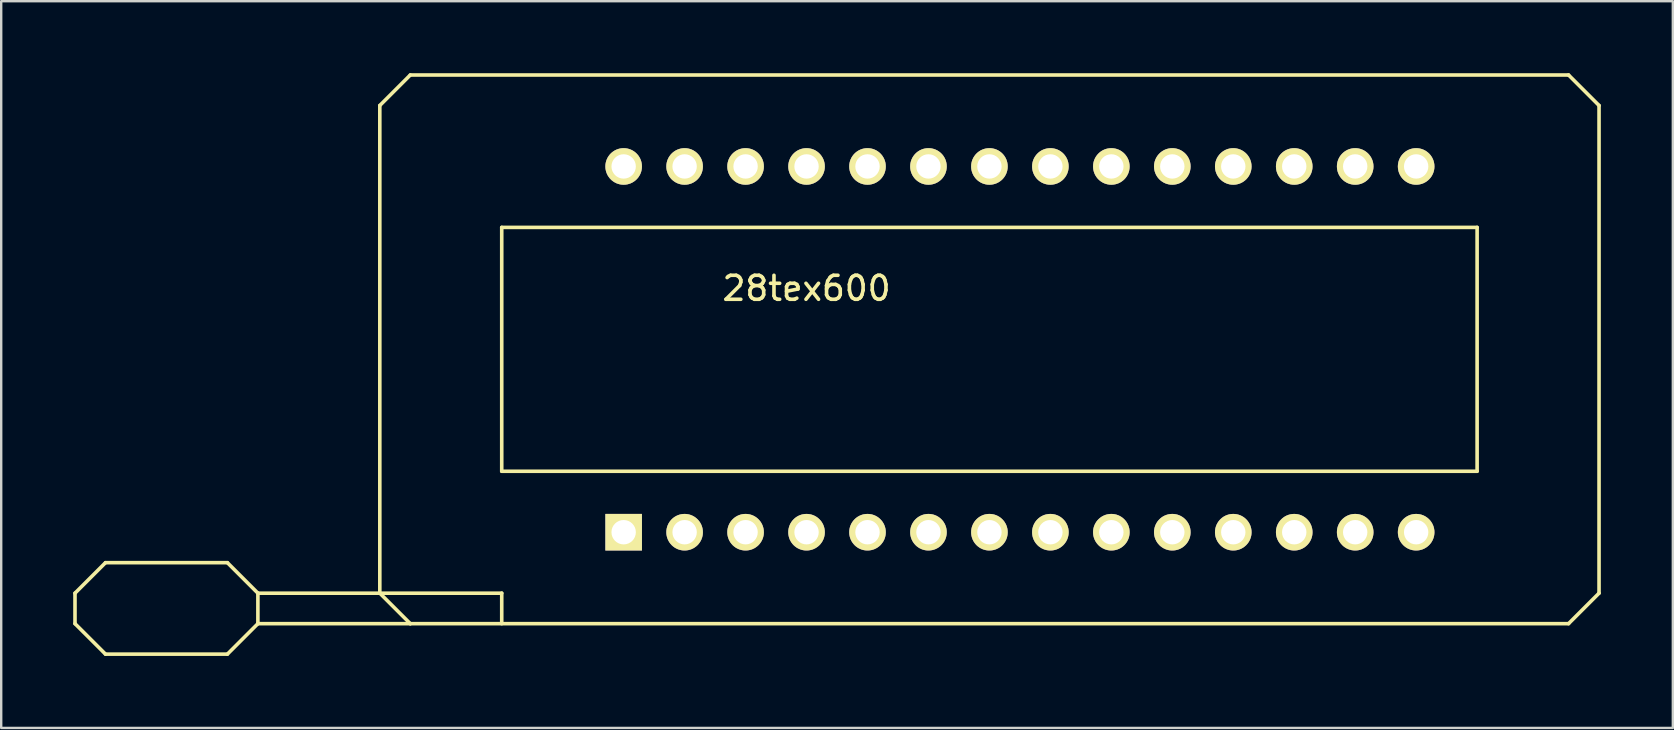
<source format=kicad_pcb>
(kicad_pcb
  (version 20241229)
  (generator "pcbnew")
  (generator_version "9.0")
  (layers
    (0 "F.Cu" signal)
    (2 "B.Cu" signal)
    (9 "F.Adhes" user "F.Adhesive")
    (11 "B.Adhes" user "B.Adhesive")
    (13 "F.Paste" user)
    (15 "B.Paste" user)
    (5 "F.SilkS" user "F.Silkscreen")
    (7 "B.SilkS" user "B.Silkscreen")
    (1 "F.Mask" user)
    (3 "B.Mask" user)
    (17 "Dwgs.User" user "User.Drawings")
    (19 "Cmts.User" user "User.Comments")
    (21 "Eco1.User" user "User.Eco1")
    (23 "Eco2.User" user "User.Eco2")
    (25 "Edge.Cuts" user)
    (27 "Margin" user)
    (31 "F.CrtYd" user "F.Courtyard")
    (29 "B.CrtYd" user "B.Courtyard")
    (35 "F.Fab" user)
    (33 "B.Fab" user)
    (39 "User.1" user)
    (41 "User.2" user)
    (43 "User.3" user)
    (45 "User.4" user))
  (footprint "28tex600"
    (layer "F.Cu")
    (at 38.175 12.775)
    (property "Reference" "28tex600" (at -7.62 -3.81 0) (layer "F.SilkS") (effects (font (size 1 1) (thickness 0.15))))
    (attr through_hole)
    (fp_line (start -38.1 8.89) (end -38.1 10.16) (stroke (width 0.15) (type solid)) (layer "F.SilkS"))
    (fp_line (start -38.1 10.16) (end -36.83 11.43) (stroke (width 0.15) (type solid)) (layer "F.SilkS"))
    (fp_line (start -36.83 7.62) (end -38.1 8.89) (stroke (width 0.15) (type solid)) (layer "F.SilkS"))
    (fp_line (start -31.75 7.62) (end -36.83 7.62) (stroke (width 0.15) (type solid)) (layer "F.SilkS"))
    (fp_line (start -31.75 11.43) (end -36.83 11.43) (stroke (width 0.15) (type solid)) (layer "F.SilkS"))
    (fp_line (start -31.75 11.43) (end -30.48 10.16) (stroke (width 0.15) (type solid)) (layer "F.SilkS"))
    (fp_line (start -30.48 8.89) (end -31.75 7.62) (stroke (width 0.15) (type solid)) (layer "F.SilkS"))
    (fp_line (start -30.48 8.89) (end -20.32 8.89) (stroke (width 0.15) (type solid)) (layer "F.SilkS"))
    (fp_line (start -30.48 10.16) (end -30.48 8.89) (stroke (width 0.15) (type solid)) (layer "F.SilkS"))
    (fp_line (start -30.48 10.16) (end -24.13 10.16) (stroke (width 0.15) (type solid)) (layer "F.SilkS"))
    (fp_line (start -25.4 -11.43) (end -25.4 8.89) (stroke (width 0.15) (type solid)) (layer "F.SilkS"))
    (fp_line (start -25.4 8.89) (end -24.13 10.16) (stroke (width 0.15) (type solid)) (layer "F.SilkS"))
    (fp_line (start -24.13 -12.7) (end -25.4 -11.43) (stroke (width 0.15) (type solid)) (layer "F.SilkS"))
    (fp_line (start -24.13 10.16) (end 24.13 10.16) (stroke (width 0.15) (type solid)) (layer "F.SilkS"))
    (fp_line (start -20.32 -6.35) (end -20.32 3.81) (stroke (width 0.15) (type solid)) (layer "F.SilkS"))
    (fp_line (start -20.32 3.81) (end 20.32 3.81) (stroke (width 0.15) (type solid)) (layer "F.SilkS"))
    (fp_line (start -20.32 8.89) (end -20.32 10.16) (stroke (width 0.15) (type solid)) (layer "F.SilkS"))
    (fp_line (start 20.32 -6.35) (end -20.32 -6.35) (stroke (width 0.15) (type solid)) (layer "F.SilkS"))
    (fp_line (start 20.32 3.81) (end 20.32 -6.35) (stroke (width 0.15) (type solid)) (layer "F.SilkS"))
    (fp_line (start 24.13 -12.7) (end -24.13 -12.7) (stroke (width 0.15) (type solid)) (layer "F.SilkS"))
    (fp_line (start 24.13 10.16) (end 25.4 8.89) (stroke (width 0.15) (type solid)) (layer "F.SilkS"))
    (fp_line (start 25.4 -11.43) (end 24.13 -12.7) (stroke (width 0.15) (type solid)) (layer "F.SilkS"))
    (fp_line (start 25.4 8.89) (end 25.4 -11.43) (stroke (width 0.15) (type solid)) (layer "F.SilkS"))
    (pad "1" thru_hole rect (at -15.24 6.35) (size 1.524 1.524) (drill 1.016) (layers "*.Cu" "*.Mask" "F.SilkS"))
    (pad "2" thru_hole circle (at -12.7 6.35) (size 1.524 1.524) (drill 1.016) (layers "*.Cu" "*.Mask" "F.SilkS"))
    (pad "3" thru_hole circle (at -10.16 6.35) (size 1.524 1.524) (drill 1.016) (layers "*.Cu" "*.Mask" "F.SilkS"))
    (pad "4" thru_hole circle (at -7.62 6.35) (size 1.524 1.524) (drill 1.016) (layers "*.Cu" "*.Mask" "F.SilkS"))
    (pad "5" thru_hole circle (at -5.08 6.35) (size 1.524 1.524) (drill 1.016) (layers "*.Cu" "*.Mask" "F.SilkS"))
    (pad "6" thru_hole circle (at -2.54 6.35) (size 1.524 1.524) (drill 1.016) (layers "*.Cu" "*.Mask" "F.SilkS"))
    (pad "7" thru_hole circle (at 0 6.35) (size 1.524 1.524) (drill 1.016) (layers "*.Cu" "*.Mask" "F.SilkS"))
    (pad "8" thru_hole circle (at 2.54 6.35) (size 1.524 1.524) (drill 1.016) (layers "*.Cu" "*.Mask" "F.SilkS"))
    (pad "9" thru_hole circle (at 5.08 6.35) (size 1.524 1.524) (drill 1.016) (layers "*.Cu" "*.Mask" "F.SilkS"))
    (pad "10" thru_hole circle (at 7.62 6.35) (size 1.524 1.524) (drill 1.016) (layers "*.Cu" "*.Mask" "F.SilkS"))
    (pad "11" thru_hole circle (at 10.16 6.35) (size 1.524 1.524) (drill 1.016) (layers "*.Cu" "*.Mask" "F.SilkS"))
    (pad "12" thru_hole circle (at 12.7 6.35) (size 1.524 1.524) (drill 1.016) (layers "*.Cu" "*.Mask" "F.SilkS"))
    (pad "13" thru_hole circle (at 15.24 6.35) (size 1.524 1.524) (drill 1.016) (layers "*.Cu" "*.Mask" "F.SilkS"))
    (pad "14" thru_hole circle (at 17.78 6.35) (size 1.524 1.524) (drill 1.016) (layers "*.Cu" "*.Mask" "F.SilkS"))
    (pad "15" thru_hole circle (at 17.78 -8.89) (size 1.524 1.524) (drill 1.016) (layers "*.Cu" "*.Mask" "F.SilkS"))
    (pad "16" thru_hole circle (at 15.24 -8.89) (size 1.524 1.524) (drill 1.016) (layers "*.Cu" "*.Mask" "F.SilkS"))
    (pad "17" thru_hole circle (at 12.7 -8.89) (size 1.524 1.524) (drill 1.016) (layers "*.Cu" "*.Mask" "F.SilkS"))
    (pad "18" thru_hole circle (at 10.16 -8.89) (size 1.524 1.524) (drill 1.016) (layers "*.Cu" "*.Mask" "F.SilkS"))
    (pad "19" thru_hole circle (at 7.62 -8.89) (size 1.524 1.524) (drill 1.016) (layers "*.Cu" "*.Mask" "F.SilkS"))
    (pad "20" thru_hole circle (at 5.08 -8.89) (size 1.524 1.524) (drill 1.016) (layers "*.Cu" "*.Mask" "F.SilkS"))
    (pad "21" thru_hole circle (at 2.54 -8.89) (size 1.524 1.524) (drill 1.016) (layers "*.Cu" "*.Mask" "F.SilkS"))
    (pad "22" thru_hole circle (at 0 -8.89) (size 1.524 1.524) (drill 1.016) (layers "*.Cu" "*.Mask" "F.SilkS"))
    (pad "23" thru_hole circle (at -2.54 -8.89) (size 1.524 1.524) (drill 1.016) (layers "*.Cu" "*.Mask" "F.SilkS"))
    (pad "24" thru_hole circle (at -5.08 -8.89) (size 1.524 1.524) (drill 1.016) (layers "*.Cu" "*.Mask" "F.SilkS"))
    (pad "25" thru_hole circle (at -7.62 -8.89) (size 1.524 1.524) (drill 1.016) (layers "*.Cu" "*.Mask" "F.SilkS"))
    (pad "26" thru_hole circle (at -10.16 -8.89) (size 1.524 1.524) (drill 1.016) (layers "*.Cu" "*.Mask" "F.SilkS"))
    (pad "27" thru_hole circle (at -12.7 -8.89) (size 1.524 1.524) (drill 1.016) (layers "*.Cu" "*.Mask" "F.SilkS"))
    (pad "28" thru_hole circle (at -15.24 -8.89) (size 1.524 1.524) (drill 1.016) (layers "*.Cu" "*.Mask" "F.SilkS")))
  (gr_rect
    (start -3 -3)
    (end 66.65 27.28)
    (stroke (width 0.1) (type default))
    (fill no)
    (layer "Edge.Cuts")))
</source>
